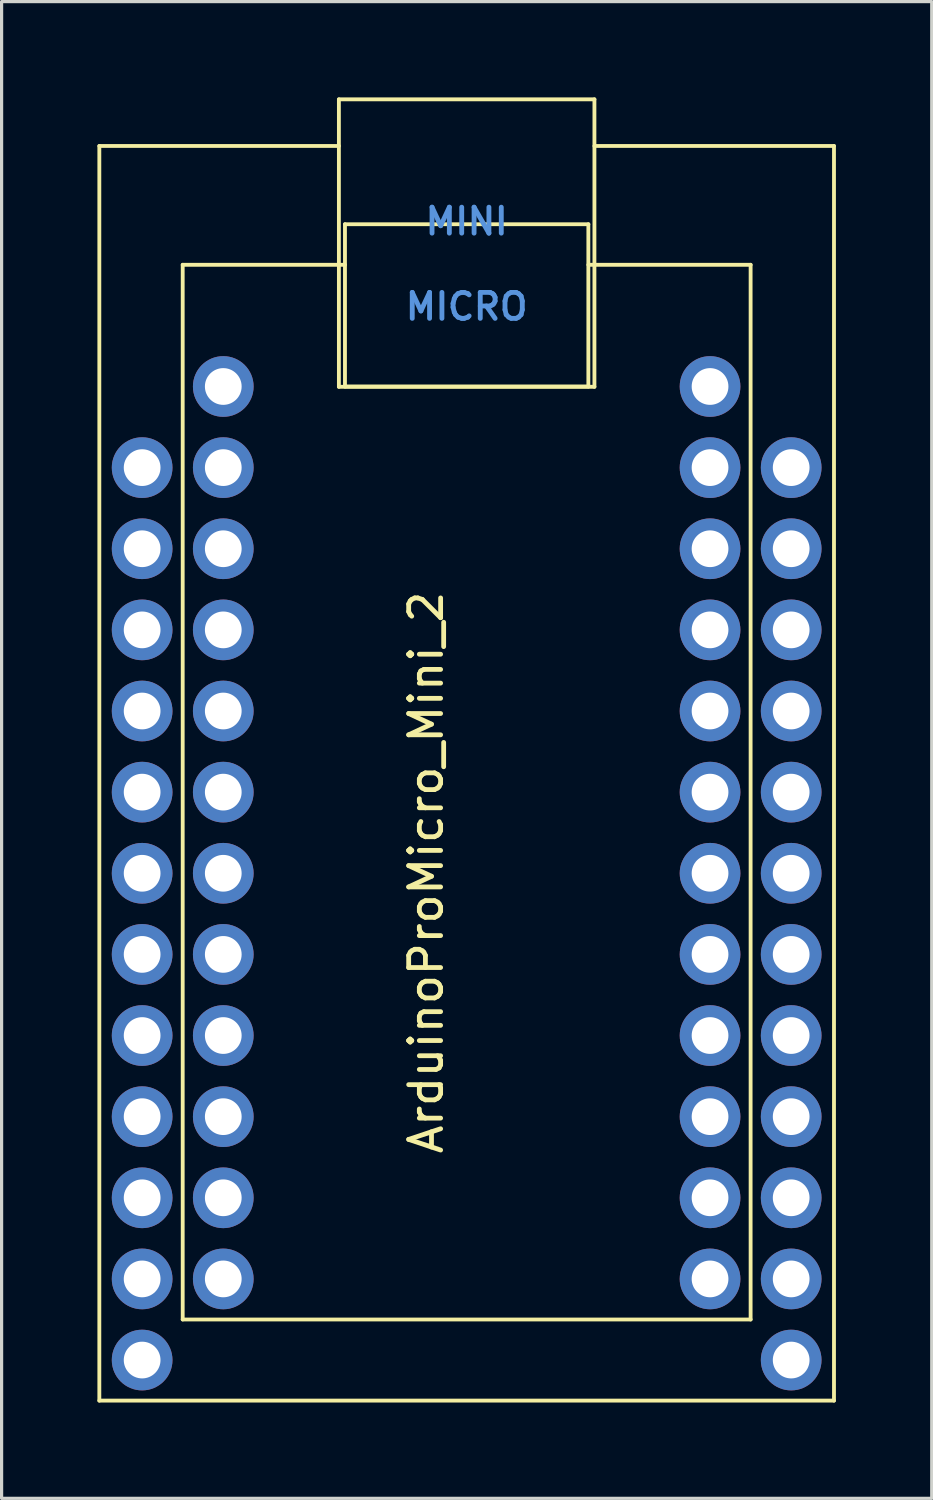
<source format=kicad_pcb>
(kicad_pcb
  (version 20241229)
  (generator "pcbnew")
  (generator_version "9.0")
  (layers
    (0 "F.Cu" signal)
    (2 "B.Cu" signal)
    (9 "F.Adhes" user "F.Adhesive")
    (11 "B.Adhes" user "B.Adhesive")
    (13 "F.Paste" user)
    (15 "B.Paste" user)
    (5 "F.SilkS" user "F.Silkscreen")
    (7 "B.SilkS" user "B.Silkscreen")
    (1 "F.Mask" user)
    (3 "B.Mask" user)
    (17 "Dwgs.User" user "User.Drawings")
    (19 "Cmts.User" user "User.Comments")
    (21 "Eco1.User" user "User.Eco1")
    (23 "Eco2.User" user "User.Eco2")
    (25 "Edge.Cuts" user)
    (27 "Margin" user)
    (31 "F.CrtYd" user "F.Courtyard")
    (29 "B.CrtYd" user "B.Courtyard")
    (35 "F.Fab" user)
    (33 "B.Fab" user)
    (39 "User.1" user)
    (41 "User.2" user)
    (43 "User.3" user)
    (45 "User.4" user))
  (footprint "ArduinoProMicro_Mini_2"
    (layer "F.Cu")
    (at 11.56 24.265)
    (property "Reference" "ArduinoProMicro_Mini_2" (at -1.27 0 90) (layer "F.SilkS") (effects (font (size 1 1) (thickness 0.15))))
    (attr through_hole)
    (fp_line (start -11.5 -22.745) (end -4 -22.745) (stroke (width 0.12) (type solid)) (layer "F.SilkS"))
    (fp_line (start -11.5 16.535) (end -11.5 -22.745) (stroke (width 0.12) (type solid)) (layer "F.SilkS"))
    (fp_line (start -11.5 16.535) (end 11.5 16.535) (stroke (width 0.12) (type solid)) (layer "F.SilkS"))
    (fp_line (start -8.89 -19.025) (end -8.89 13.995) (stroke (width 0.12) (type solid)) (layer "F.SilkS"))
    (fp_line (start -8.89 -19.025) (end -3.81 -19.025) (stroke (width 0.12) (type solid)) (layer "F.SilkS"))
    (fp_line (start -8.89 13.995) (end 8.89 13.995) (stroke (width 0.12) (type solid)) (layer "F.SilkS"))
    (fp_line (start -4 -24.205) (end 4 -24.205) (stroke (width 0.12) (type solid)) (layer "F.SilkS"))
    (fp_line (start -4 -15.205) (end -4 -24.205) (stroke (width 0.12) (type solid)) (layer "F.SilkS"))
    (fp_line (start -4 -15.205) (end 4 -15.205) (stroke (width 0.12) (type solid)) (layer "F.SilkS"))
    (fp_line (start -3.81 -20.295) (end 3.81 -20.295) (stroke (width 0.12) (type solid)) (layer "F.SilkS"))
    (fp_line (start -3.81 -15.215) (end -3.81 -20.295) (stroke (width 0.12) (type solid)) (layer "F.SilkS"))
    (fp_line (start -3.81 -15.215) (end 3.81 -15.215) (stroke (width 0.12) (type solid)) (layer "F.SilkS"))
    (fp_line (start 3.81 -20.295) (end 3.81 -15.215) (stroke (width 0.12) (type solid)) (layer "F.SilkS"))
    (fp_line (start 4 -15.205) (end 4 -24.205) (stroke (width 0.12) (type solid)) (layer "F.SilkS"))
    (fp_line (start 8.89 -19.025) (end 3.81 -19.025) (stroke (width 0.12) (type solid)) (layer "F.SilkS"))
    (fp_line (start 8.89 13.995) (end 8.89 -19.025) (stroke (width 0.12) (type solid)) (layer "F.SilkS"))
    (fp_line (start 11.5 -22.745) (end 4 -22.745) (stroke (width 0.12) (type solid)) (layer "F.SilkS"))
    (fp_line (start 11.5 16.535) (end 11.5 -22.745) (stroke (width 0.12) (type solid)) (layer "F.SilkS"))
    (fp_text user "MINI" (at 0 -20.384 0) (layer "Cmts.User") (effects (font (size 0.813 0.813) (thickness 0.152))))
    (fp_text user "MICRO" (at 0 -17.716 0) (layer "Cmts.User") (effects (font (size 0.813 0.813) (thickness 0.152))))
    (pad "1" thru_hole circle (at -10.16 -12.675) (size 1.9 1.9) (drill 1.15) (layers "*.Cu" "*.Mask"))
    (pad "1" thru_hole circle (at -7.62 -15.215) (size 1.9 1.9) (drill 1.15) (layers "*.Cu" "*.Mask"))
    (pad "2" thru_hole circle (at -10.16 -10.135) (size 1.9 1.9) (drill 1.15) (layers "*.Cu" "*.Mask"))
    (pad "2" thru_hole circle (at -7.62 -12.675) (size 1.9 1.9) (drill 1.15) (layers "*.Cu" "*.Mask"))
    (pad "3" thru_hole circle (at -10.16 -7.595) (size 1.9 1.9) (drill 1.15) (layers "*.Cu" "*.Mask"))
    (pad "3" thru_hole circle (at -7.62 -10.135) (size 1.9 1.9) (drill 1.15) (layers "*.Cu" "*.Mask"))
    (pad "4" thru_hole circle (at -10.16 -5.055) (size 1.9 1.9) (drill 1.15) (layers "*.Cu" "*.Mask"))
    (pad "4" thru_hole circle (at -7.62 -7.595) (size 1.9 1.9) (drill 1.15) (layers "*.Cu" "*.Mask"))
    (pad "5" thru_hole circle (at -10.16 -2.515) (size 1.9 1.9) (drill 1.15) (layers "*.Cu" "*.Mask"))
    (pad "5" thru_hole circle (at -7.62 -5.055) (size 1.9 1.9) (drill 1.15) (layers "*.Cu" "*.Mask"))
    (pad "6" thru_hole circle (at -10.16 0.025) (size 1.9 1.9) (drill 1.15) (layers "*.Cu" "*.Mask"))
    (pad "6" thru_hole circle (at -7.62 -2.515) (size 1.9 1.9) (drill 1.15) (layers "*.Cu" "*.Mask"))
    (pad "7" thru_hole circle (at -10.16 2.565) (size 1.9 1.9) (drill 1.15) (layers "*.Cu" "*.Mask"))
    (pad "7" thru_hole circle (at -7.62 0.025) (size 1.9 1.9) (drill 1.15) (layers "*.Cu" "*.Mask"))
    (pad "8" thru_hole circle (at -10.16 5.105) (size 1.9 1.9) (drill 1.15) (layers "*.Cu" "*.Mask"))
    (pad "8" thru_hole circle (at -7.62 2.565) (size 1.9 1.9) (drill 1.15) (layers "*.Cu" "*.Mask"))
    (pad "9" thru_hole circle (at -10.16 7.645) (size 1.9 1.9) (drill 1.15) (layers "*.Cu" "*.Mask"))
    (pad "9" thru_hole circle (at -7.62 5.105) (size 1.9 1.9) (drill 1.15) (layers "*.Cu" "*.Mask"))
    (pad "10" thru_hole circle (at -10.16 10.185) (size 1.9 1.9) (drill 1.15) (layers "*.Cu" "*.Mask"))
    (pad "10" thru_hole circle (at -7.62 7.645) (size 1.9 1.9) (drill 1.15) (layers "*.Cu" "*.Mask"))
    (pad "11" thru_hole circle (at -10.16 12.725) (size 1.9 1.9) (drill 1.15) (layers "*.Cu" "*.Mask"))
    (pad "11" thru_hole circle (at -7.62 10.185) (size 1.9 1.9) (drill 1.15) (layers "*.Cu" "*.Mask"))
    (pad "12" thru_hole circle (at -10.16 15.265) (size 1.9 1.9) (drill 1.15) (layers "*.Cu" "*.Mask"))
    (pad "12" thru_hole circle (at -7.62 12.725) (size 1.9 1.9) (drill 1.15) (layers "*.Cu" "*.Mask"))
    (pad "13" thru_hole circle (at 7.62 12.725) (size 1.9 1.9) (drill 1.15) (layers "*.Cu" "*.Mask"))
    (pad "13" thru_hole circle (at 10.16 15.265) (size 1.9 1.9) (drill 1.15) (layers "*.Cu" "*.Mask"))
    (pad "14" thru_hole circle (at 7.62 10.185) (size 1.9 1.9) (drill 1.15) (layers "*.Cu" "*.Mask"))
    (pad "14" thru_hole circle (at 10.16 12.725) (size 1.9 1.9) (drill 1.15) (layers "*.Cu" "*.Mask"))
    (pad "15" thru_hole circle (at 7.62 7.645) (size 1.9 1.9) (drill 1.15) (layers "*.Cu" "*.Mask"))
    (pad "15" thru_hole circle (at 10.16 10.185) (size 1.9 1.9) (drill 1.15) (layers "*.Cu" "*.Mask"))
    (pad "16" thru_hole circle (at 7.62 5.105) (size 1.9 1.9) (drill 1.15) (layers "*.Cu" "*.Mask"))
    (pad "16" thru_hole circle (at 10.16 7.645) (size 1.9 1.9) (drill 1.15) (layers "*.Cu" "*.Mask"))
    (pad "17" thru_hole circle (at 7.62 2.565) (size 1.9 1.9) (drill 1.15) (layers "*.Cu" "*.Mask"))
    (pad "17" thru_hole circle (at 10.16 5.105) (size 1.9 1.9) (drill 1.15) (layers "*.Cu" "*.Mask"))
    (pad "18" thru_hole circle (at 7.62 0.025) (size 1.9 1.9) (drill 1.15) (layers "*.Cu" "*.Mask"))
    (pad "18" thru_hole circle (at 10.16 2.565) (size 1.9 1.9) (drill 1.15) (layers "*.Cu" "*.Mask"))
    (pad "19" thru_hole circle (at 7.62 -2.515) (size 1.9 1.9) (drill 1.15) (layers "*.Cu" "*.Mask"))
    (pad "19" thru_hole circle (at 10.16 0.025) (size 1.9 1.9) (drill 1.15) (layers "*.Cu" "*.Mask"))
    (pad "20" thru_hole circle (at 7.62 -5.055) (size 1.9 1.9) (drill 1.15) (layers "*.Cu" "*.Mask"))
    (pad "20" thru_hole circle (at 10.16 -2.515) (size 1.9 1.9) (drill 1.15) (layers "*.Cu" "*.Mask"))
    (pad "21" thru_hole circle (at 7.62 -7.595) (size 1.9 1.9) (drill 1.15) (layers "*.Cu" "*.Mask"))
    (pad "21" thru_hole circle (at 10.16 -5.055) (size 1.9 1.9) (drill 1.15) (layers "*.Cu" "*.Mask"))
    (pad "22" thru_hole circle (at 7.62 -10.135) (size 1.9 1.9) (drill 1.15) (layers "*.Cu" "*.Mask"))
    (pad "22" thru_hole circle (at 10.16 -7.595) (size 1.9 1.9) (drill 1.15) (layers "*.Cu" "*.Mask"))
    (pad "23" thru_hole circle (at 7.62 -12.675) (size 1.9 1.9) (drill 1.15) (layers "*.Cu" "*.Mask"))
    (pad "23" thru_hole circle (at 10.16 -10.135) (size 1.9 1.9) (drill 1.15) (layers "*.Cu" "*.Mask"))
    (pad "24" thru_hole circle (at 7.62 -15.215) (size 1.9 1.9) (drill 1.15) (layers "*.Cu" "*.Mask"))
    (pad "24" thru_hole circle (at 10.16 -12.675) (size 1.9 1.9) (drill 1.15) (layers "*.Cu" "*.Mask")))
  (gr_rect
    (start -3 -3)
    (end 26.12 43.86)
    (stroke (width 0.1) (type default))
    (fill no)
    (layer "Edge.Cuts")))
</source>
